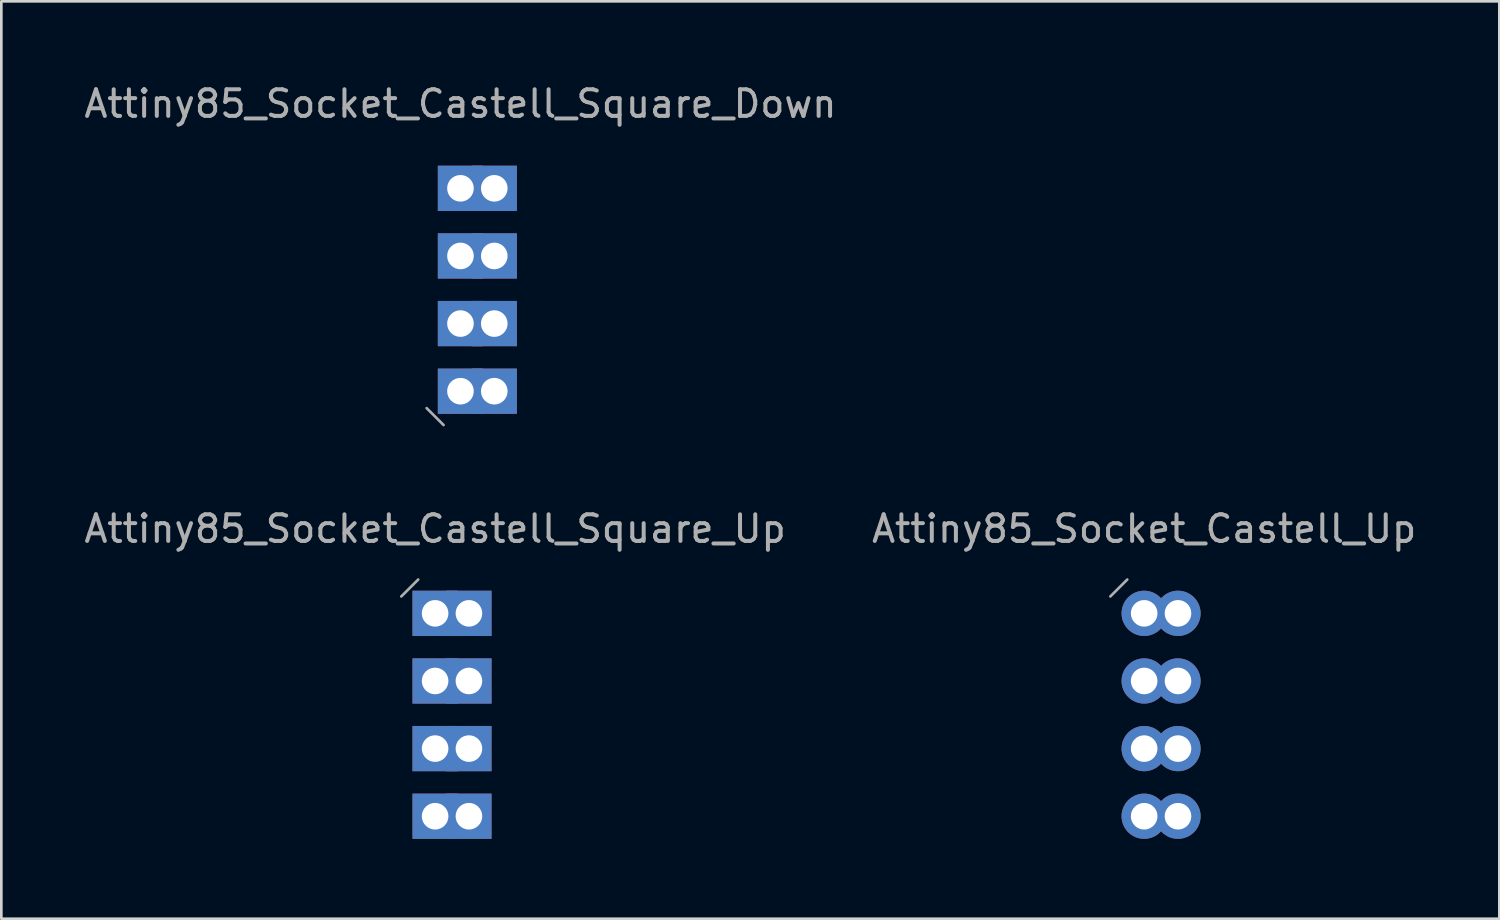
<source format=kicad_pcb>
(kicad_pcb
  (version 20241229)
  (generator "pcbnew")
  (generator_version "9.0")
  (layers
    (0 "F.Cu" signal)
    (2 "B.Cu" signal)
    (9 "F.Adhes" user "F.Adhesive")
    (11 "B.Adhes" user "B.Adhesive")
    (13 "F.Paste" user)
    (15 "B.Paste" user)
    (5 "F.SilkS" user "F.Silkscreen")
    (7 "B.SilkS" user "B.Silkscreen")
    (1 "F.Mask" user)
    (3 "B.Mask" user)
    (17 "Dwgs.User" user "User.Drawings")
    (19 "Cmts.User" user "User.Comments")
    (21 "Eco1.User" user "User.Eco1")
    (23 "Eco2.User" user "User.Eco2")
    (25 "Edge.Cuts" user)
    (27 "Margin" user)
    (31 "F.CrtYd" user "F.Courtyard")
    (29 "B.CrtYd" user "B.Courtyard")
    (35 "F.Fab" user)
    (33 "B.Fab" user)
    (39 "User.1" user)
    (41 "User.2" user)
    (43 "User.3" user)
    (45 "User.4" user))
  (footprint "Attiny85_Socket_Castell_Square_Down"
    (layer "F.Cu")
    (at 14.244 4.023)
    (property "Reference" "Attiny85_Socket_Castell_Square_Down" (at 0 -3.175 0) (layer "F.Fab") (effects (font (size 1 1) (thickness 0.15))))
    (attr through_hole)
    (fp_line (start -1.27 8.255) (end -0.635 8.89) (stroke (width 0.1) (type solid)) (layer "F.Fab"))
    (pad "" thru_hole rect (at 1.27 0) (size 1.7 1.7) (drill 1) (layers "*.Cu" "*.Mask"))
    (pad "" thru_hole rect (at 1.27 2.54) (size 1.7 1.7) (drill 1) (layers "*.Cu" "*.Mask"))
    (pad "" thru_hole rect (at 1.27 5.08) (size 1.7 1.7) (drill 1) (layers "*.Cu" "*.Mask"))
    (pad "" thru_hole rect (at 1.27 7.62) (size 1.7 1.7) (drill 1) (layers "*.Cu" "*.Mask"))
    (pad "1" thru_hole rect (at 0 7.62) (size 1.7 1.7) (drill 1) (layers "*.Cu" "*.Mask"))
    (pad "2" thru_hole rect (at 0 5.08) (size 1.7 1.7) (drill 1) (layers "*.Cu" "*.Mask"))
    (pad "3" thru_hole rect (at 0 2.54) (size 1.7 1.7) (drill 1) (layers "*.Cu" "*.Mask"))
    (pad "4" thru_hole rect (at 0 0) (size 1.7 1.7) (drill 1) (layers "*.Cu" "*.Mask")))
  (footprint "Attiny85_Socket_Castell_Square_Up"
    (layer "F.Cu")
    (at 13.292 19.986)
    (property "Reference" "Attiny85_Socket_Castell_Square_Up" (at 0 -3.175 180) (layer "F.Fab") (effects (font (size 1 1) (thickness 0.15))))
    (attr through_hole)
    (fp_line (start -1.27 -0.635) (end -0.635 -1.27) (stroke (width 0.1) (type solid)) (layer "F.Fab"))
    (pad "" thru_hole rect (at 1.27 0) (size 1.7 1.7) (drill 1) (layers "*.Cu" "*.Mask"))
    (pad "" thru_hole rect (at 1.27 2.54) (size 1.7 1.7) (drill 1) (layers "*.Cu" "*.Mask"))
    (pad "" thru_hole rect (at 1.27 5.08) (size 1.7 1.7) (drill 1) (layers "*.Cu" "*.Mask"))
    (pad "" thru_hole rect (at 1.27 7.62) (size 1.7 1.7) (drill 1) (layers "*.Cu" "*.Mask"))
    (pad "1" thru_hole rect (at 0 0) (size 1.7 1.7) (drill 1) (layers "*.Cu" "*.Mask"))
    (pad "2" thru_hole rect (at 0 2.54) (size 1.7 1.7) (drill 1) (layers "*.Cu" "*.Mask"))
    (pad "3" thru_hole rect (at 0 5.08) (size 1.7 1.7) (drill 1) (layers "*.Cu" "*.Mask"))
    (pad "4" thru_hole rect (at 0 7.62) (size 1.7 1.7) (drill 1) (layers "*.Cu" "*.Mask")))
  (footprint "Attiny85_Socket_Castell_Up"
    (layer "F.Cu")
    (at 39.923 19.986)
    (property "Reference" "Attiny85_Socket_Castell_Up" (at 0 -3.175 180) (layer "F.Fab") (effects (font (size 1 1) (thickness 0.15))))
    (attr through_hole)
    (fp_line (start -1.27 -0.635) (end -0.635 -1.27) (stroke (width 0.1) (type solid)) (layer "F.Fab"))
    (pad "" thru_hole circle (at 1.27 0) (size 1.7 1.7) (drill 1) (layers "*.Cu" "*.Mask"))
    (pad "" thru_hole circle (at 1.27 2.54) (size 1.7 1.7) (drill 1) (layers "*.Cu" "*.Mask"))
    (pad "" thru_hole circle (at 1.27 5.08) (size 1.7 1.7) (drill 1) (layers "*.Cu" "*.Mask"))
    (pad "" thru_hole circle (at 1.27 7.62) (size 1.7 1.7) (drill 1) (layers "*.Cu" "*.Mask"))
    (pad "1" thru_hole circle (at 0 0) (size 1.7 1.7) (drill 1) (layers "*.Cu" "*.Mask"))
    (pad "2" thru_hole oval (at 0 2.54) (size 1.7 1.7) (drill 1) (layers "*.Cu" "*.Mask"))
    (pad "3" thru_hole oval (at 0 5.08) (size 1.7 1.7) (drill 1) (layers "*.Cu" "*.Mask"))
    (pad "4" thru_hole oval (at 0 7.62) (size 1.7 1.7) (drill 1) (layers "*.Cu" "*.Mask")))
  (gr_rect
    (start -3 -3)
    (end 53.262 31.456)
    (stroke (width 0.1) (type default))
    (fill no)
    (layer "Edge.Cuts")))
</source>
